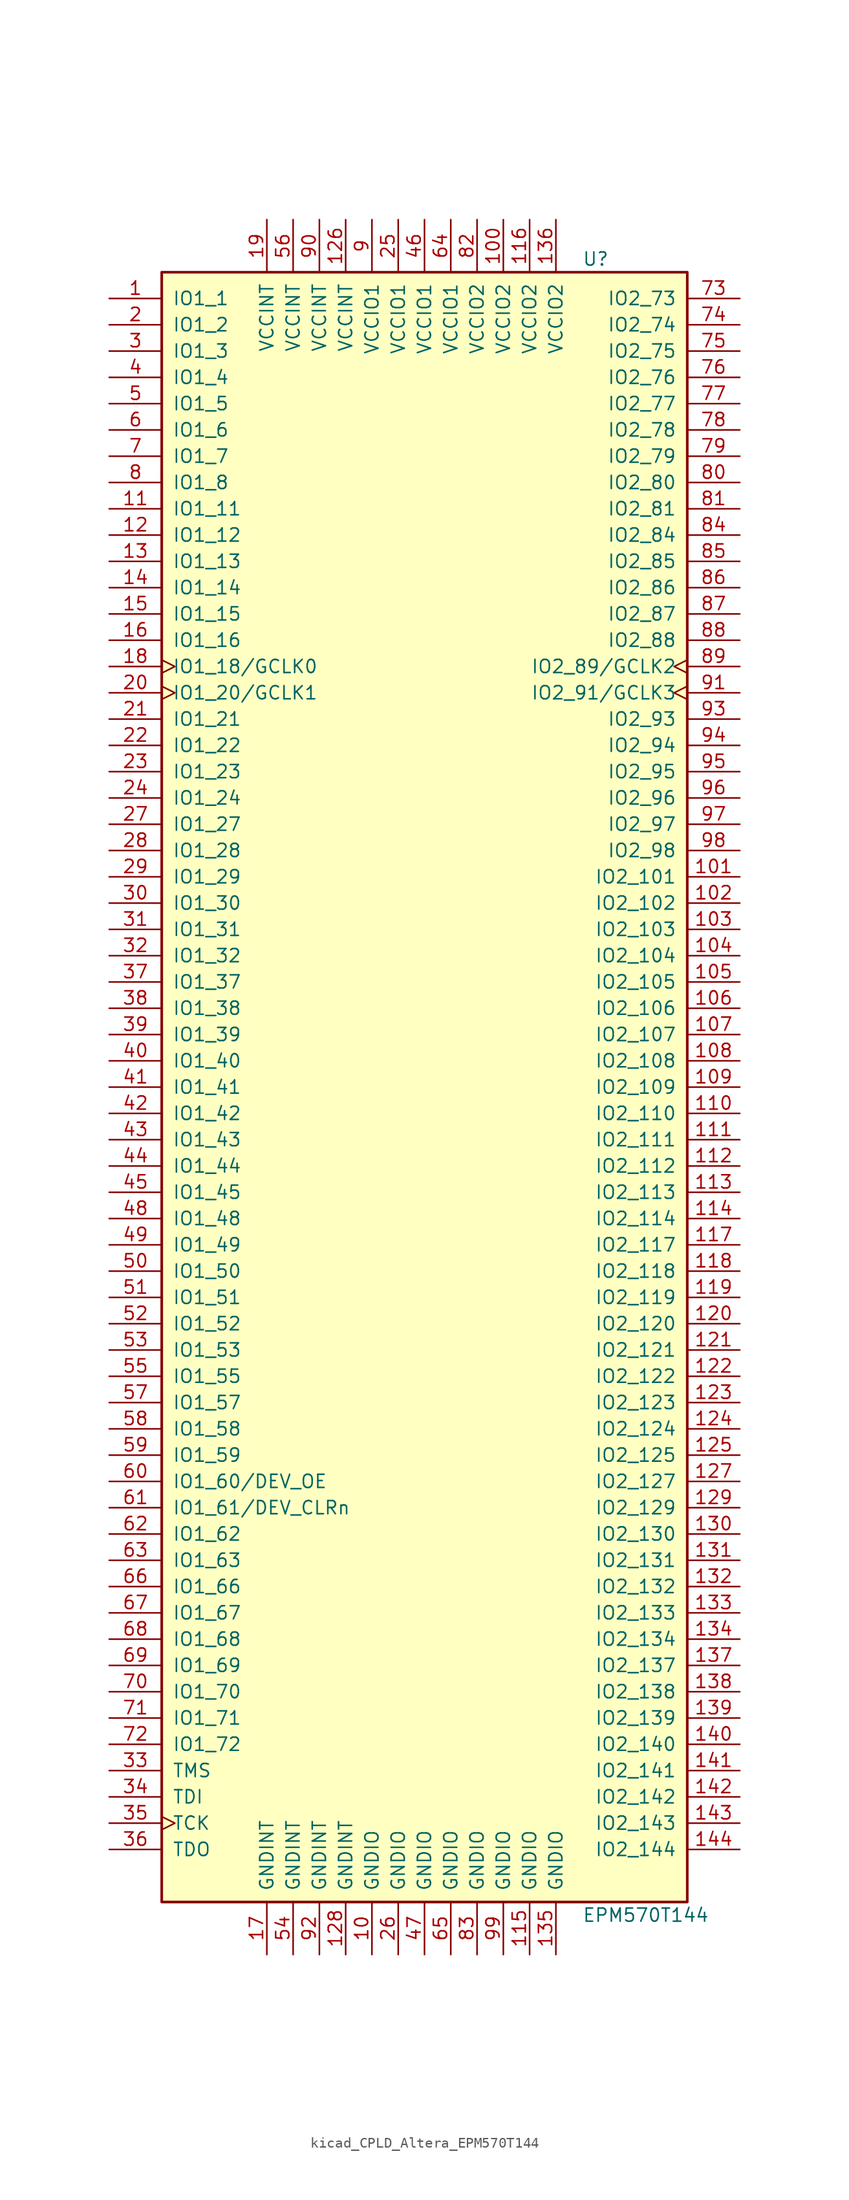
<source format=kicad_sym>
(kicad_symbol_lib
  (version 20220914)
  (generator kicad_symbol_editor)
  (symbol "kicad_CPLD_Altera_EPM570T144"
    (pin_names
      (offset 1.016))
    (property "Reference" "U"
      (at 15.24 80.01 0)
      (effects (font (size 1.27 1.27)) (justify left)))
    (property "Value" "EPM570T144"
      (at 15.24 -80.01 0)
      (effects (font (size 1.27 1.27)) (justify left)))
    (property "ki_locked" ""
      (at 0 0 0)
      (effects (font (size 1.27 1.27))))
    (symbol "kicad_CPLD_Altera_EPM570T144_1_1"
      (rectangle (start -25.4 78.74) (end 25.4 -78.74) (stroke (width 0.254) (type default)) (fill (type background)))
      (pin bidirectional line (at -30.48 76.2 0) (length 5.08) (name "IO1_1" (effects (font (size 1.27 1.27)))) (number "1" (effects (font (size 1.27 1.27)))))
      (pin power_in line (at -5.08 -83.82 90) (length 5.08) (name "GNDIO" (effects (font (size 1.27 1.27)))) (number "10" (effects (font (size 1.27 1.27)))))
      (pin power_in line (at 7.62 83.82 270) (length 5.08) (name "VCCIO2" (effects (font (size 1.27 1.27)))) (number "100" (effects (font (size 1.27 1.27)))))
      (pin bidirectional line (at 30.48 20.32 180) (length 5.08) (name "IO2_101" (effects (font (size 1.27 1.27)))) (number "101" (effects (font (size 1.27 1.27)))))
      (pin bidirectional line (at 30.48 17.78 180) (length 5.08) (name "IO2_102" (effects (font (size 1.27 1.27)))) (number "102" (effects (font (size 1.27 1.27)))))
      (pin bidirectional line (at 30.48 15.24 180) (length 5.08) (name "IO2_103" (effects (font (size 1.27 1.27)))) (number "103" (effects (font (size 1.27 1.27)))))
      (pin bidirectional line (at 30.48 12.7 180) (length 5.08) (name "IO2_104" (effects (font (size 1.27 1.27)))) (number "104" (effects (font (size 1.27 1.27)))))
      (pin bidirectional line (at 30.48 10.16 180) (length 5.08) (name "IO2_105" (effects (font (size 1.27 1.27)))) (number "105" (effects (font (size 1.27 1.27)))))
      (pin bidirectional line (at 30.48 7.62 180) (length 5.08) (name "IO2_106" (effects (font (size 1.27 1.27)))) (number "106" (effects (font (size 1.27 1.27)))))
      (pin bidirectional line (at 30.48 5.08 180) (length 5.08) (name "IO2_107" (effects (font (size 1.27 1.27)))) (number "107" (effects (font (size 1.27 1.27)))))
      (pin bidirectional line (at 30.48 2.54 180) (length 5.08) (name "IO2_108" (effects (font (size 1.27 1.27)))) (number "108" (effects (font (size 1.27 1.27)))))
      (pin bidirectional line (at 30.48 0 180) (length 5.08) (name "IO2_109" (effects (font (size 1.27 1.27)))) (number "109" (effects (font (size 1.27 1.27)))))
      (pin bidirectional line (at -30.48 55.88 0) (length 5.08) (name "IO1_11" (effects (font (size 1.27 1.27)))) (number "11" (effects (font (size 1.27 1.27)))))
      (pin bidirectional line (at 30.48 -2.54 180) (length 5.08) (name "IO2_110" (effects (font (size 1.27 1.27)))) (number "110" (effects (font (size 1.27 1.27)))))
      (pin bidirectional line (at 30.48 -5.08 180) (length 5.08) (name "IO2_111" (effects (font (size 1.27 1.27)))) (number "111" (effects (font (size 1.27 1.27)))))
      (pin bidirectional line (at 30.48 -7.62 180) (length 5.08) (name "IO2_112" (effects (font (size 1.27 1.27)))) (number "112" (effects (font (size 1.27 1.27)))))
      (pin bidirectional line (at 30.48 -10.16 180) (length 5.08) (name "IO2_113" (effects (font (size 1.27 1.27)))) (number "113" (effects (font (size 1.27 1.27)))))
      (pin bidirectional line (at 30.48 -12.7 180) (length 5.08) (name "IO2_114" (effects (font (size 1.27 1.27)))) (number "114" (effects (font (size 1.27 1.27)))))
      (pin power_in line (at 10.16 -83.82 90) (length 5.08) (name "GNDIO" (effects (font (size 1.27 1.27)))) (number "115" (effects (font (size 1.27 1.27)))))
      (pin power_in line (at 10.16 83.82 270) (length 5.08) (name "VCCIO2" (effects (font (size 1.27 1.27)))) (number "116" (effects (font (size 1.27 1.27)))))
      (pin bidirectional line (at 30.48 -15.24 180) (length 5.08) (name "IO2_117" (effects (font (size 1.27 1.27)))) (number "117" (effects (font (size 1.27 1.27)))))
      (pin bidirectional line (at 30.48 -17.78 180) (length 5.08) (name "IO2_118" (effects (font (size 1.27 1.27)))) (number "118" (effects (font (size 1.27 1.27)))))
      (pin bidirectional line (at 30.48 -20.32 180) (length 5.08) (name "IO2_119" (effects (font (size 1.27 1.27)))) (number "119" (effects (font (size 1.27 1.27)))))
      (pin bidirectional line (at -30.48 53.34 0) (length 5.08) (name "IO1_12" (effects (font (size 1.27 1.27)))) (number "12" (effects (font (size 1.27 1.27)))))
      (pin bidirectional line (at 30.48 -22.86 180) (length 5.08) (name "IO2_120" (effects (font (size 1.27 1.27)))) (number "120" (effects (font (size 1.27 1.27)))))
      (pin bidirectional line (at 30.48 -25.4 180) (length 5.08) (name "IO2_121" (effects (font (size 1.27 1.27)))) (number "121" (effects (font (size 1.27 1.27)))))
      (pin bidirectional line (at 30.48 -27.94 180) (length 5.08) (name "IO2_122" (effects (font (size 1.27 1.27)))) (number "122" (effects (font (size 1.27 1.27)))))
      (pin bidirectional line (at 30.48 -30.48 180) (length 5.08) (name "IO2_123" (effects (font (size 1.27 1.27)))) (number "123" (effects (font (size 1.27 1.27)))))
      (pin bidirectional line (at 30.48 -33.02 180) (length 5.08) (name "IO2_124" (effects (font (size 1.27 1.27)))) (number "124" (effects (font (size 1.27 1.27)))))
      (pin bidirectional line (at 30.48 -35.56 180) (length 5.08) (name "IO2_125" (effects (font (size 1.27 1.27)))) (number "125" (effects (font (size 1.27 1.27)))))
      (pin power_in line (at -7.62 83.82 270) (length 5.08) (name "VCCINT" (effects (font (size 1.27 1.27)))) (number "126" (effects (font (size 1.27 1.27)))))
      (pin bidirectional line (at 30.48 -38.1 180) (length 5.08) (name "IO2_127" (effects (font (size 1.27 1.27)))) (number "127" (effects (font (size 1.27 1.27)))))
      (pin power_in line (at -7.62 -83.82 90) (length 5.08) (name "GNDINT" (effects (font (size 1.27 1.27)))) (number "128" (effects (font (size 1.27 1.27)))))
      (pin bidirectional line (at 30.48 -40.64 180) (length 5.08) (name "IO2_129" (effects (font (size 1.27 1.27)))) (number "129" (effects (font (size 1.27 1.27)))))
      (pin bidirectional line (at -30.48 50.8 0) (length 5.08) (name "IO1_13" (effects (font (size 1.27 1.27)))) (number "13" (effects (font (size 1.27 1.27)))))
      (pin bidirectional line (at 30.48 -43.18 180) (length 5.08) (name "IO2_130" (effects (font (size 1.27 1.27)))) (number "130" (effects (font (size 1.27 1.27)))))
      (pin bidirectional line (at 30.48 -45.72 180) (length 5.08) (name "IO2_131" (effects (font (size 1.27 1.27)))) (number "131" (effects (font (size 1.27 1.27)))))
      (pin bidirectional line (at 30.48 -48.26 180) (length 5.08) (name "IO2_132" (effects (font (size 1.27 1.27)))) (number "132" (effects (font (size 1.27 1.27)))))
      (pin bidirectional line (at 30.48 -50.8 180) (length 5.08) (name "IO2_133" (effects (font (size 1.27 1.27)))) (number "133" (effects (font (size 1.27 1.27)))))
      (pin bidirectional line (at 30.48 -53.34 180) (length 5.08) (name "IO2_134" (effects (font (size 1.27 1.27)))) (number "134" (effects (font (size 1.27 1.27)))))
      (pin power_in line (at 12.7 -83.82 90) (length 5.08) (name "GNDIO" (effects (font (size 1.27 1.27)))) (number "135" (effects (font (size 1.27 1.27)))))
      (pin power_in line (at 12.7 83.82 270) (length 5.08) (name "VCCIO2" (effects (font (size 1.27 1.27)))) (number "136" (effects (font (size 1.27 1.27)))))
      (pin bidirectional line (at 30.48 -55.88 180) (length 5.08) (name "IO2_137" (effects (font (size 1.27 1.27)))) (number "137" (effects (font (size 1.27 1.27)))))
      (pin bidirectional line (at 30.48 -58.42 180) (length 5.08) (name "IO2_138" (effects (font (size 1.27 1.27)))) (number "138" (effects (font (size 1.27 1.27)))))
      (pin bidirectional line (at 30.48 -60.96 180) (length 5.08) (name "IO2_139" (effects (font (size 1.27 1.27)))) (number "139" (effects (font (size 1.27 1.27)))))
      (pin bidirectional line (at -30.48 48.26 0) (length 5.08) (name "IO1_14" (effects (font (size 1.27 1.27)))) (number "14" (effects (font (size 1.27 1.27)))))
      (pin bidirectional line (at 30.48 -63.5 180) (length 5.08) (name "IO2_140" (effects (font (size 1.27 1.27)))) (number "140" (effects (font (size 1.27 1.27)))))
      (pin bidirectional line (at 30.48 -66.04 180) (length 5.08) (name "IO2_141" (effects (font (size 1.27 1.27)))) (number "141" (effects (font (size 1.27 1.27)))))
      (pin bidirectional line (at 30.48 -68.58 180) (length 5.08) (name "IO2_142" (effects (font (size 1.27 1.27)))) (number "142" (effects (font (size 1.27 1.27)))))
      (pin bidirectional line (at 30.48 -71.12 180) (length 5.08) (name "IO2_143" (effects (font (size 1.27 1.27)))) (number "143" (effects (font (size 1.27 1.27)))))
      (pin bidirectional line (at 30.48 -73.66 180) (length 5.08) (name "IO2_144" (effects (font (size 1.27 1.27)))) (number "144" (effects (font (size 1.27 1.27)))))
      (pin bidirectional line (at -30.48 45.72 0) (length 5.08) (name "IO1_15" (effects (font (size 1.27 1.27)))) (number "15" (effects (font (size 1.27 1.27)))))
      (pin bidirectional line (at -30.48 43.18 0) (length 5.08) (name "IO1_16" (effects (font (size 1.27 1.27)))) (number "16" (effects (font (size 1.27 1.27)))))
      (pin power_in line (at -15.24 -83.82 90) (length 5.08) (name "GNDINT" (effects (font (size 1.27 1.27)))) (number "17" (effects (font (size 1.27 1.27)))))
      (pin bidirectional clock (at -30.48 40.64 0) (length 5.08) (name "IO1_18/GCLK0" (effects (font (size 1.27 1.27)))) (number "18" (effects (font (size 1.27 1.27)))))
      (pin power_in line (at -15.24 83.82 270) (length 5.08) (name "VCCINT" (effects (font (size 1.27 1.27)))) (number "19" (effects (font (size 1.27 1.27)))))
      (pin bidirectional line (at -30.48 73.66 0) (length 5.08) (name "IO1_2" (effects (font (size 1.27 1.27)))) (number "2" (effects (font (size 1.27 1.27)))))
      (pin bidirectional clock (at -30.48 38.1 0) (length 5.08) (name "IO1_20/GCLK1" (effects (font (size 1.27 1.27)))) (number "20" (effects (font (size 1.27 1.27)))))
      (pin bidirectional line (at -30.48 35.56 0) (length 5.08) (name "IO1_21" (effects (font (size 1.27 1.27)))) (number "21" (effects (font (size 1.27 1.27)))))
      (pin bidirectional line (at -30.48 33.02 0) (length 5.08) (name "IO1_22" (effects (font (size 1.27 1.27)))) (number "22" (effects (font (size 1.27 1.27)))))
      (pin bidirectional line (at -30.48 30.48 0) (length 5.08) (name "IO1_23" (effects (font (size 1.27 1.27)))) (number "23" (effects (font (size 1.27 1.27)))))
      (pin bidirectional line (at -30.48 27.94 0) (length 5.08) (name "IO1_24" (effects (font (size 1.27 1.27)))) (number "24" (effects (font (size 1.27 1.27)))))
      (pin power_in line (at -2.54 83.82 270) (length 5.08) (name "VCCIO1" (effects (font (size 1.27 1.27)))) (number "25" (effects (font (size 1.27 1.27)))))
      (pin power_in line (at -2.54 -83.82 90) (length 5.08) (name "GNDIO" (effects (font (size 1.27 1.27)))) (number "26" (effects (font (size 1.27 1.27)))))
      (pin bidirectional line (at -30.48 25.4 0) (length 5.08) (name "IO1_27" (effects (font (size 1.27 1.27)))) (number "27" (effects (font (size 1.27 1.27)))))
      (pin bidirectional line (at -30.48 22.86 0) (length 5.08) (name "IO1_28" (effects (font (size 1.27 1.27)))) (number "28" (effects (font (size 1.27 1.27)))))
      (pin bidirectional line (at -30.48 20.32 0) (length 5.08) (name "IO1_29" (effects (font (size 1.27 1.27)))) (number "29" (effects (font (size 1.27 1.27)))))
      (pin bidirectional line (at -30.48 71.12 0) (length 5.08) (name "IO1_3" (effects (font (size 1.27 1.27)))) (number "3" (effects (font (size 1.27 1.27)))))
      (pin bidirectional line (at -30.48 17.78 0) (length 5.08) (name "IO1_30" (effects (font (size 1.27 1.27)))) (number "30" (effects (font (size 1.27 1.27)))))
      (pin bidirectional line (at -30.48 15.24 0) (length 5.08) (name "IO1_31" (effects (font (size 1.27 1.27)))) (number "31" (effects (font (size 1.27 1.27)))))
      (pin bidirectional line (at -30.48 12.7 0) (length 5.08) (name "IO1_32" (effects (font (size 1.27 1.27)))) (number "32" (effects (font (size 1.27 1.27)))))
      (pin input line (at -30.48 -66.04 0) (length 5.08) (name "TMS" (effects (font (size 1.27 1.27)))) (number "33" (effects (font (size 1.27 1.27)))))
      (pin input line (at -30.48 -68.58 0) (length 5.08) (name "TDI" (effects (font (size 1.27 1.27)))) (number "34" (effects (font (size 1.27 1.27)))))
      (pin input clock (at -30.48 -71.12 0) (length 5.08) (name "TCK" (effects (font (size 1.27 1.27)))) (number "35" (effects (font (size 1.27 1.27)))))
      (pin output line (at -30.48 -73.66 0) (length 5.08) (name "TDO" (effects (font (size 1.27 1.27)))) (number "36" (effects (font (size 1.27 1.27)))))
      (pin bidirectional line (at -30.48 10.16 0) (length 5.08) (name "IO1_37" (effects (font (size 1.27 1.27)))) (number "37" (effects (font (size 1.27 1.27)))))
      (pin bidirectional line (at -30.48 7.62 0) (length 5.08) (name "IO1_38" (effects (font (size 1.27 1.27)))) (number "38" (effects (font (size 1.27 1.27)))))
      (pin bidirectional line (at -30.48 5.08 0) (length 5.08) (name "IO1_39" (effects (font (size 1.27 1.27)))) (number "39" (effects (font (size 1.27 1.27)))))
      (pin bidirectional line (at -30.48 68.58 0) (length 5.08) (name "IO1_4" (effects (font (size 1.27 1.27)))) (number "4" (effects (font (size 1.27 1.27)))))
      (pin bidirectional line (at -30.48 2.54 0) (length 5.08) (name "IO1_40" (effects (font (size 1.27 1.27)))) (number "40" (effects (font (size 1.27 1.27)))))
      (pin bidirectional line (at -30.48 0 0) (length 5.08) (name "IO1_41" (effects (font (size 1.27 1.27)))) (number "41" (effects (font (size 1.27 1.27)))))
      (pin bidirectional line (at -30.48 -2.54 0) (length 5.08) (name "IO1_42" (effects (font (size 1.27 1.27)))) (number "42" (effects (font (size 1.27 1.27)))))
      (pin bidirectional line (at -30.48 -5.08 0) (length 5.08) (name "IO1_43" (effects (font (size 1.27 1.27)))) (number "43" (effects (font (size 1.27 1.27)))))
      (pin bidirectional line (at -30.48 -7.62 0) (length 5.08) (name "IO1_44" (effects (font (size 1.27 1.27)))) (number "44" (effects (font (size 1.27 1.27)))))
      (pin bidirectional line (at -30.48 -10.16 0) (length 5.08) (name "IO1_45" (effects (font (size 1.27 1.27)))) (number "45" (effects (font (size 1.27 1.27)))))
      (pin power_in line (at 0 83.82 270) (length 5.08) (name "VCCIO1" (effects (font (size 1.27 1.27)))) (number "46" (effects (font (size 1.27 1.27)))))
      (pin power_in line (at 0 -83.82 90) (length 5.08) (name "GNDIO" (effects (font (size 1.27 1.27)))) (number "47" (effects (font (size 1.27 1.27)))))
      (pin bidirectional line (at -30.48 -12.7 0) (length 5.08) (name "IO1_48" (effects (font (size 1.27 1.27)))) (number "48" (effects (font (size 1.27 1.27)))))
      (pin bidirectional line (at -30.48 -15.24 0) (length 5.08) (name "IO1_49" (effects (font (size 1.27 1.27)))) (number "49" (effects (font (size 1.27 1.27)))))
      (pin bidirectional line (at -30.48 66.04 0) (length 5.08) (name "IO1_5" (effects (font (size 1.27 1.27)))) (number "5" (effects (font (size 1.27 1.27)))))
      (pin bidirectional line (at -30.48 -17.78 0) (length 5.08) (name "IO1_50" (effects (font (size 1.27 1.27)))) (number "50" (effects (font (size 1.27 1.27)))))
      (pin bidirectional line (at -30.48 -20.32 0) (length 5.08) (name "IO1_51" (effects (font (size 1.27 1.27)))) (number "51" (effects (font (size 1.27 1.27)))))
      (pin bidirectional line (at -30.48 -22.86 0) (length 5.08) (name "IO1_52" (effects (font (size 1.27 1.27)))) (number "52" (effects (font (size 1.27 1.27)))))
      (pin bidirectional line (at -30.48 -25.4 0) (length 5.08) (name "IO1_53" (effects (font (size 1.27 1.27)))) (number "53" (effects (font (size 1.27 1.27)))))
      (pin power_in line (at -12.7 -83.82 90) (length 5.08) (name "GNDINT" (effects (font (size 1.27 1.27)))) (number "54" (effects (font (size 1.27 1.27)))))
      (pin bidirectional line (at -30.48 -27.94 0) (length 5.08) (name "IO1_55" (effects (font (size 1.27 1.27)))) (number "55" (effects (font (size 1.27 1.27)))))
      (pin power_in line (at -12.7 83.82 270) (length 5.08) (name "VCCINT" (effects (font (size 1.27 1.27)))) (number "56" (effects (font (size 1.27 1.27)))))
      (pin bidirectional line (at -30.48 -30.48 0) (length 5.08) (name "IO1_57" (effects (font (size 1.27 1.27)))) (number "57" (effects (font (size 1.27 1.27)))))
      (pin bidirectional line (at -30.48 -33.02 0) (length 5.08) (name "IO1_58" (effects (font (size 1.27 1.27)))) (number "58" (effects (font (size 1.27 1.27)))))
      (pin bidirectional line (at -30.48 -35.56 0) (length 5.08) (name "IO1_59" (effects (font (size 1.27 1.27)))) (number "59" (effects (font (size 1.27 1.27)))))
      (pin bidirectional line (at -30.48 63.5 0) (length 5.08) (name "IO1_6" (effects (font (size 1.27 1.27)))) (number "6" (effects (font (size 1.27 1.27)))))
      (pin bidirectional line (at -30.48 -38.1 0) (length 5.08) (name "IO1_60/DEV_OE" (effects (font (size 1.27 1.27)))) (number "60" (effects (font (size 1.27 1.27)))))
      (pin bidirectional line (at -30.48 -40.64 0) (length 5.08) (name "IO1_61/DEV_CLRn" (effects (font (size 1.27 1.27)))) (number "61" (effects (font (size 1.27 1.27)))))
      (pin bidirectional line (at -30.48 -43.18 0) (length 5.08) (name "IO1_62" (effects (font (size 1.27 1.27)))) (number "62" (effects (font (size 1.27 1.27)))))
      (pin bidirectional line (at -30.48 -45.72 0) (length 5.08) (name "IO1_63" (effects (font (size 1.27 1.27)))) (number "63" (effects (font (size 1.27 1.27)))))
      (pin power_in line (at 2.54 83.82 270) (length 5.08) (name "VCCIO1" (effects (font (size 1.27 1.27)))) (number "64" (effects (font (size 1.27 1.27)))))
      (pin power_in line (at 2.54 -83.82 90) (length 5.08) (name "GNDIO" (effects (font (size 1.27 1.27)))) (number "65" (effects (font (size 1.27 1.27)))))
      (pin bidirectional line (at -30.48 -48.26 0) (length 5.08) (name "IO1_66" (effects (font (size 1.27 1.27)))) (number "66" (effects (font (size 1.27 1.27)))))
      (pin bidirectional line (at -30.48 -50.8 0) (length 5.08) (name "IO1_67" (effects (font (size 1.27 1.27)))) (number "67" (effects (font (size 1.27 1.27)))))
      (pin bidirectional line (at -30.48 -53.34 0) (length 5.08) (name "IO1_68" (effects (font (size 1.27 1.27)))) (number "68" (effects (font (size 1.27 1.27)))))
      (pin bidirectional line (at -30.48 -55.88 0) (length 5.08) (name "IO1_69" (effects (font (size 1.27 1.27)))) (number "69" (effects (font (size 1.27 1.27)))))
      (pin bidirectional line (at -30.48 60.96 0) (length 5.08) (name "IO1_7" (effects (font (size 1.27 1.27)))) (number "7" (effects (font (size 1.27 1.27)))))
      (pin bidirectional line (at -30.48 -58.42 0) (length 5.08) (name "IO1_70" (effects (font (size 1.27 1.27)))) (number "70" (effects (font (size 1.27 1.27)))))
      (pin bidirectional line (at -30.48 -60.96 0) (length 5.08) (name "IO1_71" (effects (font (size 1.27 1.27)))) (number "71" (effects (font (size 1.27 1.27)))))
      (pin bidirectional line (at -30.48 -63.5 0) (length 5.08) (name "IO1_72" (effects (font (size 1.27 1.27)))) (number "72" (effects (font (size 1.27 1.27)))))
      (pin bidirectional line (at 30.48 76.2 180) (length 5.08) (name "IO2_73" (effects (font (size 1.27 1.27)))) (number "73" (effects (font (size 1.27 1.27)))))
      (pin bidirectional line (at 30.48 73.66 180) (length 5.08) (name "IO2_74" (effects (font (size 1.27 1.27)))) (number "74" (effects (font (size 1.27 1.27)))))
      (pin bidirectional line (at 30.48 71.12 180) (length 5.08) (name "IO2_75" (effects (font (size 1.27 1.27)))) (number "75" (effects (font (size 1.27 1.27)))))
      (pin bidirectional line (at 30.48 68.58 180) (length 5.08) (name "IO2_76" (effects (font (size 1.27 1.27)))) (number "76" (effects (font (size 1.27 1.27)))))
      (pin bidirectional line (at 30.48 66.04 180) (length 5.08) (name "IO2_77" (effects (font (size 1.27 1.27)))) (number "77" (effects (font (size 1.27 1.27)))))
      (pin bidirectional line (at 30.48 63.5 180) (length 5.08) (name "IO2_78" (effects (font (size 1.27 1.27)))) (number "78" (effects (font (size 1.27 1.27)))))
      (pin bidirectional line (at 30.48 60.96 180) (length 5.08) (name "IO2_79" (effects (font (size 1.27 1.27)))) (number "79" (effects (font (size 1.27 1.27)))))
      (pin bidirectional line (at -30.48 58.42 0) (length 5.08) (name "IO1_8" (effects (font (size 1.27 1.27)))) (number "8" (effects (font (size 1.27 1.27)))))
      (pin bidirectional line (at 30.48 58.42 180) (length 5.08) (name "IO2_80" (effects (font (size 1.27 1.27)))) (number "80" (effects (font (size 1.27 1.27)))))
      (pin bidirectional line (at 30.48 55.88 180) (length 5.08) (name "IO2_81" (effects (font (size 1.27 1.27)))) (number "81" (effects (font (size 1.27 1.27)))))
      (pin power_in line (at 5.08 83.82 270) (length 5.08) (name "VCCIO2" (effects (font (size 1.27 1.27)))) (number "82" (effects (font (size 1.27 1.27)))))
      (pin power_in line (at 5.08 -83.82 90) (length 5.08) (name "GNDIO" (effects (font (size 1.27 1.27)))) (number "83" (effects (font (size 1.27 1.27)))))
      (pin bidirectional line (at 30.48 53.34 180) (length 5.08) (name "IO2_84" (effects (font (size 1.27 1.27)))) (number "84" (effects (font (size 1.27 1.27)))))
      (pin bidirectional line (at 30.48 50.8 180) (length 5.08) (name "IO2_85" (effects (font (size 1.27 1.27)))) (number "85" (effects (font (size 1.27 1.27)))))
      (pin bidirectional line (at 30.48 48.26 180) (length 5.08) (name "IO2_86" (effects (font (size 1.27 1.27)))) (number "86" (effects (font (size 1.27 1.27)))))
      (pin bidirectional line (at 30.48 45.72 180) (length 5.08) (name "IO2_87" (effects (font (size 1.27 1.27)))) (number "87" (effects (font (size 1.27 1.27)))))
      (pin bidirectional line (at 30.48 43.18 180) (length 5.08) (name "IO2_88" (effects (font (size 1.27 1.27)))) (number "88" (effects (font (size 1.27 1.27)))))
      (pin bidirectional clock (at 30.48 40.64 180) (length 5.08) (name "IO2_89/GCLK2" (effects (font (size 1.27 1.27)))) (number "89" (effects (font (size 1.27 1.27)))))
      (pin power_in line (at -5.08 83.82 270) (length 5.08) (name "VCCIO1" (effects (font (size 1.27 1.27)))) (number "9" (effects (font (size 1.27 1.27)))))
      (pin power_in line (at -10.16 83.82 270) (length 5.08) (name "VCCINT" (effects (font (size 1.27 1.27)))) (number "90" (effects (font (size 1.27 1.27)))))
      (pin bidirectional clock (at 30.48 38.1 180) (length 5.08) (name "IO2_91/GCLK3" (effects (font (size 1.27 1.27)))) (number "91" (effects (font (size 1.27 1.27)))))
      (pin power_in line (at -10.16 -83.82 90) (length 5.08) (name "GNDINT" (effects (font (size 1.27 1.27)))) (number "92" (effects (font (size 1.27 1.27)))))
      (pin bidirectional line (at 30.48 35.56 180) (length 5.08) (name "IO2_93" (effects (font (size 1.27 1.27)))) (number "93" (effects (font (size 1.27 1.27)))))
      (pin bidirectional line (at 30.48 33.02 180) (length 5.08) (name "IO2_94" (effects (font (size 1.27 1.27)))) (number "94" (effects (font (size 1.27 1.27)))))
      (pin bidirectional line (at 30.48 30.48 180) (length 5.08) (name "IO2_95" (effects (font (size 1.27 1.27)))) (number "95" (effects (font (size 1.27 1.27)))))
      (pin bidirectional line (at 30.48 27.94 180) (length 5.08) (name "IO2_96" (effects (font (size 1.27 1.27)))) (number "96" (effects (font (size 1.27 1.27)))))
      (pin bidirectional line (at 30.48 25.4 180) (length 5.08) (name "IO2_97" (effects (font (size 1.27 1.27)))) (number "97" (effects (font (size 1.27 1.27)))))
      (pin bidirectional line (at 30.48 22.86 180) (length 5.08) (name "IO2_98" (effects (font (size 1.27 1.27)))) (number "98" (effects (font (size 1.27 1.27)))))
      (pin power_in line (at 7.62 -83.82 90) (length 5.08) (name "GNDIO" (effects (font (size 1.27 1.27)))) (number "99" (effects (font (size 1.27 1.27))))))))
</source>
